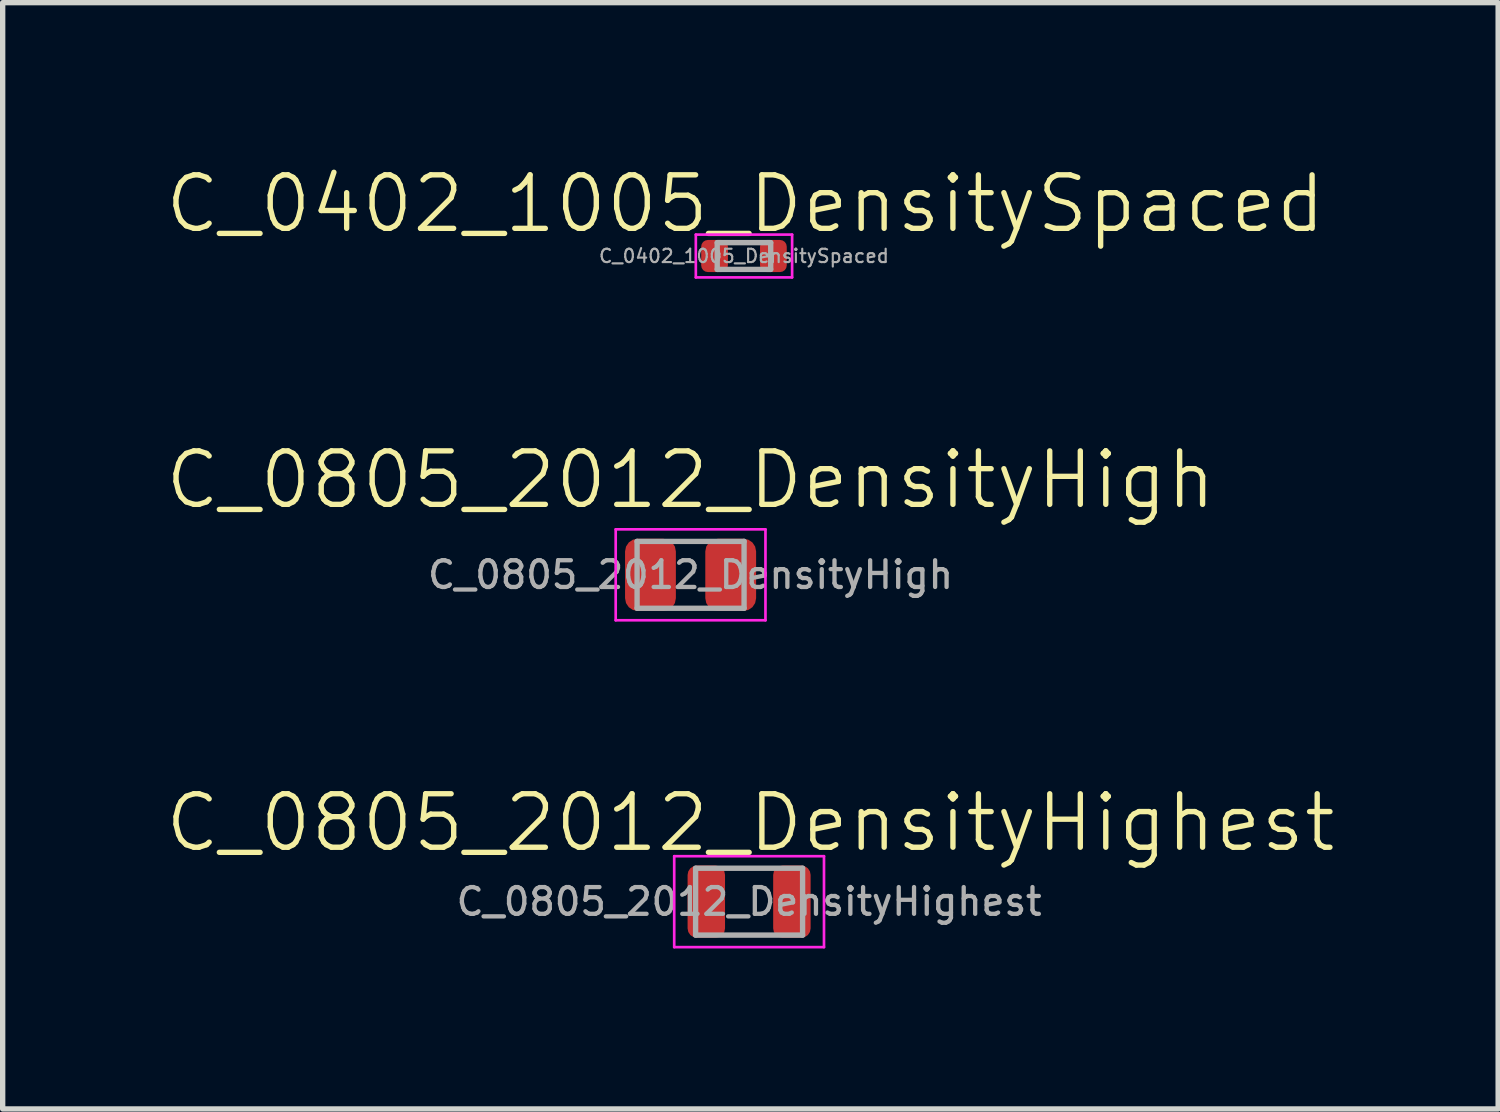
<source format=kicad_pcb>
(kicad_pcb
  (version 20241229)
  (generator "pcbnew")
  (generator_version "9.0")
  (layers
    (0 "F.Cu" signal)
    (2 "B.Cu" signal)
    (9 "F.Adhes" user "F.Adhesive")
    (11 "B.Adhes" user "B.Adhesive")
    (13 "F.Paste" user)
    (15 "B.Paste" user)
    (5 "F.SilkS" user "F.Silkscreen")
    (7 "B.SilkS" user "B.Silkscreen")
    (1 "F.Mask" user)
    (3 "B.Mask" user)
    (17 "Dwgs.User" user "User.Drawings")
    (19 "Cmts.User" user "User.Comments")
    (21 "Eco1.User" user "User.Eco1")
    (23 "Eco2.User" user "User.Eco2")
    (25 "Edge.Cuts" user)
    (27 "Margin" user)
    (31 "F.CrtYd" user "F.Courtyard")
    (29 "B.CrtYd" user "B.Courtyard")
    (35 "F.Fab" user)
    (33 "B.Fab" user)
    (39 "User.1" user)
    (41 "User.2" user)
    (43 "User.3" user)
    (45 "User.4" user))
  (footprint "C_0805_2012_DensityHigh"
    (layer "F.Cu")
    (at 9.86 7.696)
    (property "Reference" "C_0805_2012_DensityHigh" (at 0 -1.775 0) (unlocked yes) (layer "F.SilkS") (effects (font (size 1 1) (thickness 0.1))))
    (attr smd)
    (fp_line (start -1.4 -0.85) (end 1.4 -0.85) (stroke (width 0.05) (type solid)) (layer "F.CrtYd"))
    (fp_line (start -1.4 0.85) (end -1.4 -0.85) (stroke (width 0.05) (type solid)) (layer "F.CrtYd"))
    (fp_line (start 1.4 -0.85) (end 1.4 0.85) (stroke (width 0.05) (type solid)) (layer "F.CrtYd"))
    (fp_line (start 1.4 0.85) (end -1.4 0.85) (stroke (width 0.05) (type solid)) (layer "F.CrtYd"))
    (fp_line (start -1 -0.625) (end 1 -0.625) (stroke (width 0.1) (type solid)) (layer "F.Fab"))
    (fp_line (start -1 0.625) (end -1 -0.625) (stroke (width 0.1) (type solid)) (layer "F.Fab"))
    (fp_line (start 1 -0.625) (end 1 0.625) (stroke (width 0.1) (type solid)) (layer "F.Fab"))
    (fp_line (start 1 0.625) (end -1 0.625) (stroke (width 0.1) (type solid)) (layer "F.Fab"))
    (fp_text user "${REFERENCE}" (at 0 0 0) (layer "F.Fab") (effects (font (size 0.5 0.5) (thickness 0.08))))
    (pad "1" smd roundrect (at -0.75 0) (size 0.95 1.35) (layers "F.Cu" "F.Mask" "F.Paste") (roundrect_rratio 0.25))
    (pad "2" smd roundrect (at 0.75 0) (size 0.95 1.35) (layers "F.Cu" "F.Mask" "F.Paste") (roundrect_rratio 0.25)))
  (footprint "C_0402_1005_DensitySpaced"
    (layer "F.Cu")
    (at 10.858 1.736)
    (property "Reference" "C_0402_1005_DensitySpaced" (at 0.025 -0.975 0) (unlocked yes) (layer "F.SilkS") (effects (font (size 1 1) (thickness 0.1))))
    (attr smd)
    (fp_line (start -0.9 -0.4) (end 0.9 -0.4) (stroke (width 0.05) (type solid)) (layer "F.CrtYd"))
    (fp_line (start -0.9 0.4) (end -0.9 -0.4) (stroke (width 0.05) (type solid)) (layer "F.CrtYd"))
    (fp_line (start 0.9 -0.4) (end 0.9 0.4) (stroke (width 0.05) (type solid)) (layer "F.CrtYd"))
    (fp_line (start 0.9 0.4) (end -0.9 0.4) (stroke (width 0.05) (type solid)) (layer "F.CrtYd"))
    (fp_line (start -0.5 -0.25) (end 0.5 -0.25) (stroke (width 0.1) (type solid)) (layer "F.Fab"))
    (fp_line (start -0.5 0.25) (end -0.5 -0.25) (stroke (width 0.1) (type solid)) (layer "F.Fab"))
    (fp_line (start 0.5 -0.25) (end 0.5 0.25) (stroke (width 0.1) (type solid)) (layer "F.Fab"))
    (fp_line (start 0.5 0.25) (end -0.5 0.25) (stroke (width 0.1) (type solid)) (layer "F.Fab"))
    (fp_text user "${REFERENCE}" (at 0 0 0) (layer "F.Fab") (effects (font (size 0.25 0.25) (thickness 0.04))))
    (pad "1" smd roundrect (at -0.55 0) (size 0.5 0.6) (layers "F.Cu" "F.Mask" "F.Paste") (roundrect_rratio 0.25))
    (pad "2" smd roundrect (at 0.55 0) (size 0.5 0.6) (layers "F.Cu" "F.Mask" "F.Paste") (roundrect_rratio 0.25)))
  (footprint "C_0805_2012_DensityHighest"
    (layer "F.Cu")
    (at 10.954 13.806)
    (property "Reference" "C_0805_2012_DensityHighest" (at 0.025 -1.475 0) (unlocked yes) (layer "F.SilkS") (effects (font (size 1 1) (thickness 0.1))))
    (attr smd)
    (fp_line (start -1.4 -0.85) (end 1.4 -0.85) (stroke (width 0.05) (type solid)) (layer "F.CrtYd"))
    (fp_line (start -1.4 0.85) (end -1.4 -0.85) (stroke (width 0.05) (type solid)) (layer "F.CrtYd"))
    (fp_line (start 1.4 -0.85) (end 1.4 0.85) (stroke (width 0.05) (type solid)) (layer "F.CrtYd"))
    (fp_line (start 1.4 0.85) (end -1.4 0.85) (stroke (width 0.05) (type solid)) (layer "F.CrtYd"))
    (fp_line (start -1 -0.625) (end 1 -0.625) (stroke (width 0.1) (type solid)) (layer "F.Fab"))
    (fp_line (start -1 0.625) (end -1 -0.625) (stroke (width 0.1) (type solid)) (layer "F.Fab"))
    (fp_line (start 1 -0.625) (end 1 0.625) (stroke (width 0.1) (type solid)) (layer "F.Fab"))
    (fp_line (start 1 0.625) (end -1 0.625) (stroke (width 0.1) (type solid)) (layer "F.Fab"))
    (fp_text user "${REFERENCE}" (at 0 0 0) (layer "F.Fab") (effects (font (size 0.5 0.5) (thickness 0.08))))
    (pad "1" smd roundrect (at -0.8 0) (size 0.7 1.35) (layers "F.Cu" "F.Mask" "F.Paste") (roundrect_rratio 0.25))
    (pad "2" smd roundrect (at 0.8 0) (size 0.7 1.35) (layers "F.Cu" "F.Mask" "F.Paste") (roundrect_rratio 0.25)))
  (gr_rect
    (start -3 -3)
    (end 24.957 17.681)
    (stroke (width 0.1) (type default))
    (fill no)
    (layer "Edge.Cuts")))
</source>
